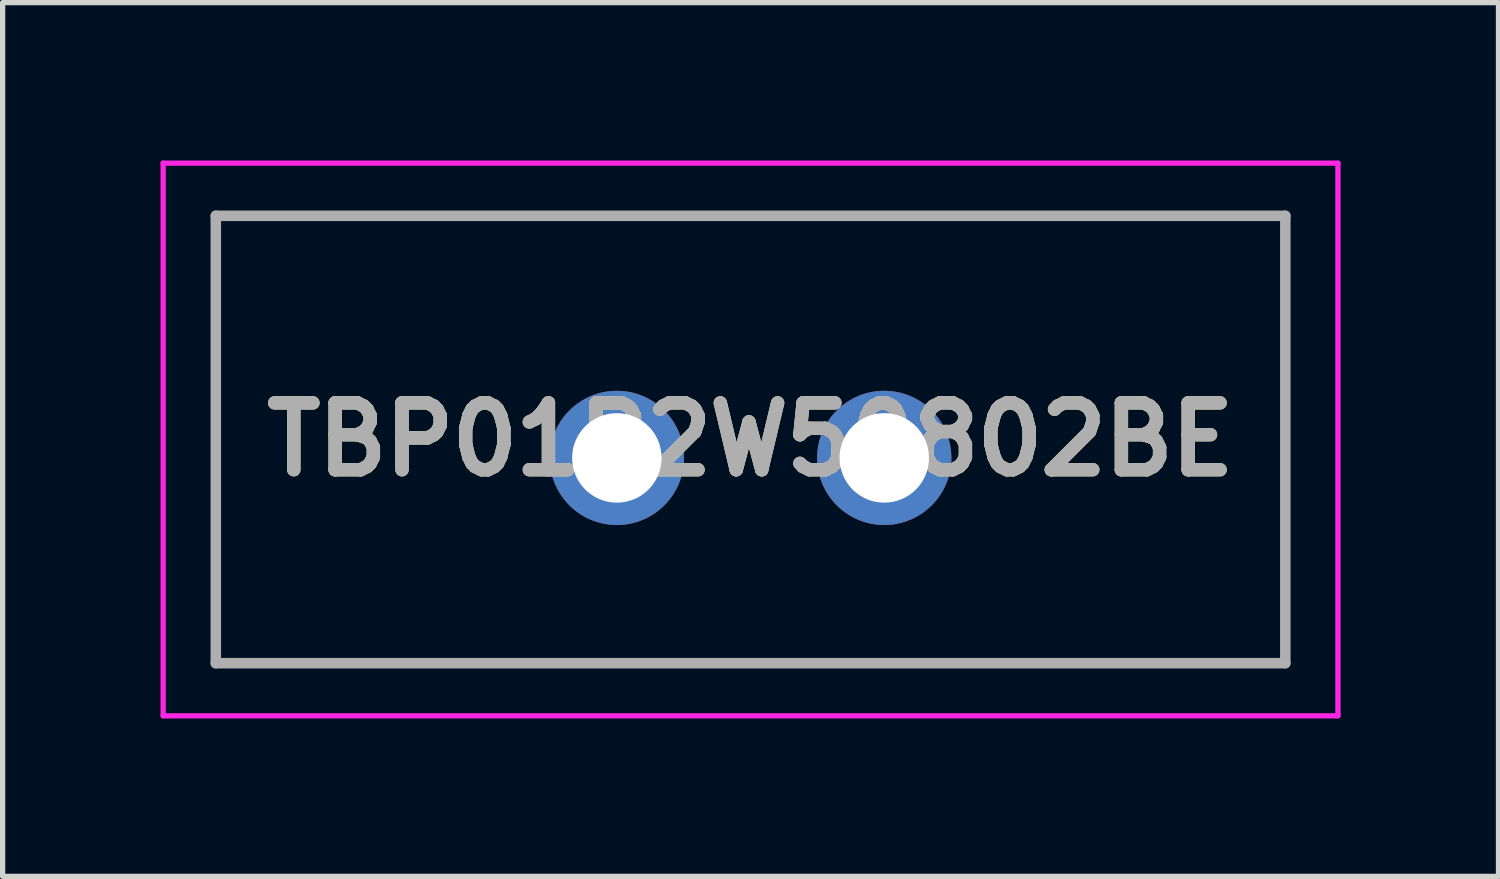
<source format=kicad_pcb>
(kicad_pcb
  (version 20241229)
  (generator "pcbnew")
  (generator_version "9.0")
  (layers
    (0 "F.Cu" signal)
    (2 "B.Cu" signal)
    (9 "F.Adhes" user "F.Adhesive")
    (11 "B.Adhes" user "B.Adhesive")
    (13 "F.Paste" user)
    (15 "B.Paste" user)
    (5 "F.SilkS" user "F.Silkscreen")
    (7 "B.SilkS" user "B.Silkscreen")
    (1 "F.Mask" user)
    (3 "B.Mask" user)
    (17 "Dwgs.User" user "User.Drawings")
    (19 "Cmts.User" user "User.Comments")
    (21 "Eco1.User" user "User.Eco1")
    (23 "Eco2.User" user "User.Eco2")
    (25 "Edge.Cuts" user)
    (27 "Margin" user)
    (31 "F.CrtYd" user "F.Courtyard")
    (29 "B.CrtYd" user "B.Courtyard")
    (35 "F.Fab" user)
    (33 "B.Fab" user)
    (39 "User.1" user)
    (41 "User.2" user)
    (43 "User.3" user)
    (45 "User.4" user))
  (footprint "TBP01R2W50802BE"
    (layer "F.Cu")
    (at 8.67 5.65)
    (property "Reference" "TBP01R2W50802BE" (at 2.54 -0.35 0) (layer "F.SilkS") (effects (font (size 1.27 1.27) (thickness 0.254))))
    (attr through_hole)
    (fp_line (start -7.62 -4.6) (end 12.7 -4.6) (stroke (width 0.1) (type solid)) (layer "F.SilkS"))
    (fp_line (start -7.62 3.9) (end -7.62 -4.6) (stroke (width 0.1) (type solid)) (layer "F.SilkS"))
    (fp_line (start 12.7 -4.6) (end 12.7 3.9) (stroke (width 0.1) (type solid)) (layer "F.SilkS"))
    (fp_line (start 12.7 3.9) (end -7.62 3.9) (stroke (width 0.1) (type solid)) (layer "F.SilkS"))
    (fp_line (start -8.62 -5.6) (end 13.7 -5.6) (stroke (width 0.1) (type solid)) (layer "F.CrtYd"))
    (fp_line (start -8.62 4.9) (end -8.62 -5.6) (stroke (width 0.1) (type solid)) (layer "F.CrtYd"))
    (fp_line (start 13.7 -5.6) (end 13.7 4.9) (stroke (width 0.1) (type solid)) (layer "F.CrtYd"))
    (fp_line (start 13.7 4.9) (end -8.62 4.9) (stroke (width 0.1) (type solid)) (layer "F.CrtYd"))
    (fp_line (start -7.62 -4.6) (end 12.7 -4.6) (stroke (width 0.2) (type solid)) (layer "F.Fab"))
    (fp_line (start -7.62 3.9) (end -7.62 -4.6) (stroke (width 0.2) (type solid)) (layer "F.Fab"))
    (fp_line (start 12.7 -4.6) (end 12.7 3.9) (stroke (width 0.2) (type solid)) (layer "F.Fab"))
    (fp_line (start 12.7 3.9) (end -7.62 3.9) (stroke (width 0.2) (type solid)) (layer "F.Fab"))
    (fp_text user "${REFERENCE}" (at 2.54 -0.35 0) (layer "F.Fab") (effects (font (size 1.27 1.27) (thickness 0.254))))
    (pad "1" thru_hole circle (at 0 0) (size 2.55 2.55) (drill 1.7) (layers "*.Cu" "*.Mask"))
    (pad "2" thru_hole circle (at 5.08 0) (size 2.55 2.55) (drill 1.7) (layers "*.Cu" "*.Mask")))
  (gr_rect
    (start -3 -3)
    (end 25.42 13.6)
    (stroke (width 0.1) (type default))
    (fill no)
    (layer "Edge.Cuts")))
</source>
